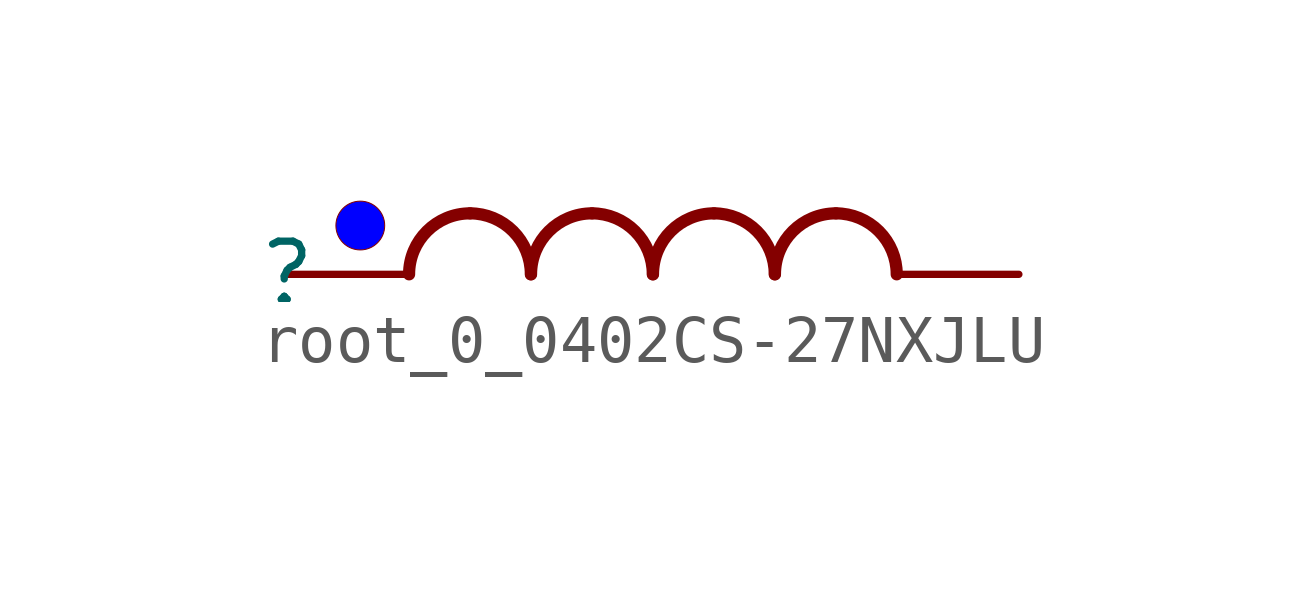
<source format=kicad_sym>
(kicad_symbol_lib
  (version 20231120)
  (generator "kicad_symbol_editor")
  (generator_version "8.0")
  (symbol "root_0_0402CS-27NXJLU"
    (property "Reference" ""
      (at 0 0 0)
      (effects (font (size 1.27 1.27))))
    (property "Value" ""
      (at 0 0 0)
      (effects (font (size 1.27 1.27))))
    (symbol "root_0_0402CS-27NXJLU_1_0"
      (circle (center 1.524 1.016) (radius 0.508) (stroke (width 0.0001) (type solid)) (fill (type color) (color 0 0 255 1)))
      (arc (start 3.81 1.27) (mid 2.912 0.898) (end 2.54 0) (stroke (width 0.254) (type solid)) (fill (type none)))
      (arc (start 5.08 0) (mid 4.708 0.898) (end 3.81 1.27) (stroke (width 0.254) (type solid)) (fill (type none)))
      (arc (start 6.35 1.27) (mid 5.452 0.898) (end 5.08 0) (stroke (width 0.254) (type solid)) (fill (type none)))
      (arc (start 7.62 0) (mid 7.248 0.898) (end 6.35 1.27) (stroke (width 0.254) (type solid)) (fill (type none)))
      (arc (start 8.89 1.27) (mid 7.992 0.898) (end 7.62 0) (stroke (width 0.254) (type solid)) (fill (type none)))
      (arc (start 10.16 0) (mid 9.788 0.898) (end 8.89 1.27) (stroke (width 0.254) (type solid)) (fill (type none)))
      (arc (start 11.43 1.27) (mid 10.532 0.898) (end 10.16 0) (stroke (width 0.254) (type solid)) (fill (type none)))
      (arc (start 12.7 0) (mid 12.328 0.898) (end 11.43 1.27) (stroke (width 0.254) (type solid)) (fill (type none)))
      (pin passive line (at 0 0 0) (length 2.54) (name "1" (effects (font (size 0 0)))) (number "1" (effects (font (size 0 0)))))
      (pin passive line (at 15.24 0 180) (length 2.54) (name "2" (effects (font (size 0 0)))) (number "2" (effects (font (size 0 0))))))))
</source>
